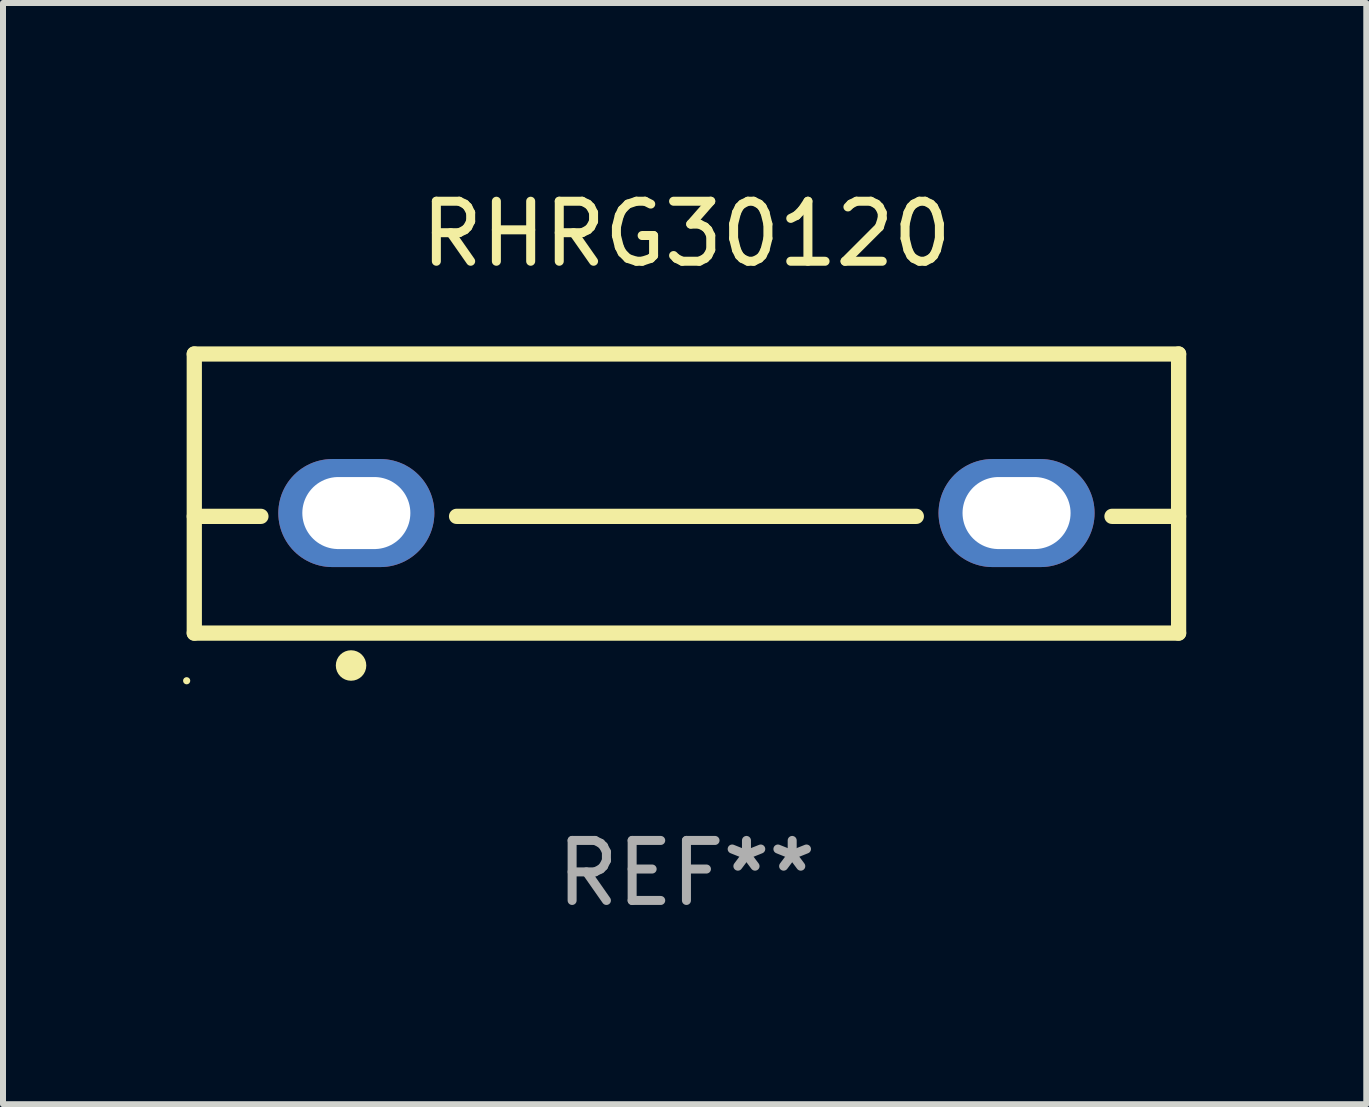
<source format=kicad_pcb>
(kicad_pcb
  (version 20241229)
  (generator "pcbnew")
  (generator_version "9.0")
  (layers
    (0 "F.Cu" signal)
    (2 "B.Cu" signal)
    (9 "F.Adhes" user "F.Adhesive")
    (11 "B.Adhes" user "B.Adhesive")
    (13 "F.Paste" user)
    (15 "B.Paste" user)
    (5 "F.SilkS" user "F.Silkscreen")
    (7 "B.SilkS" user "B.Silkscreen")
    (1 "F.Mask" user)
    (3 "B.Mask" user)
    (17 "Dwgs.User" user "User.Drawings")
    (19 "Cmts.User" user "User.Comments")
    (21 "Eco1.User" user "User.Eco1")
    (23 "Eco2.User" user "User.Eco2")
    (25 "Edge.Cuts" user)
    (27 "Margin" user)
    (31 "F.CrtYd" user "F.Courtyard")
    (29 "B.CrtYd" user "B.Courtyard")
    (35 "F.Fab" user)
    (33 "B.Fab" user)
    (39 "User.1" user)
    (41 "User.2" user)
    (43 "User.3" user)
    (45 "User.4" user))
  (footprint "RHRG30120"
    (layer "F.Cu")
    (at 8.387 5.173)
    (property "Reference" "RHRG30120" (at 0 -4.325 0) (layer "F.SilkS") (effects (font (size 1 1) (thickness 0.15))))
    (attr through_hole)
    (fp_line (start -8.2 -2.325) (end -8.2 2.325) (stroke (width 0.254) (type solid)) (layer "F.SilkS"))
    (fp_line (start -8.2 -2.325) (end 8.2 -2.325) (stroke (width 0.254) (type solid)) (layer "F.SilkS"))
    (fp_line (start -8.2 0.38) (end -7.09 0.38) (stroke (width 0.254) (type solid)) (layer "F.SilkS"))
    (fp_line (start -8.2 2.325) (end 8.2 2.325) (stroke (width 0.254) (type solid)) (layer "F.SilkS"))
    (fp_line (start -3.83 0.38) (end 3.83 0.38) (stroke (width 0.254) (type solid)) (layer "F.SilkS"))
    (fp_line (start 7.09 0.38) (end 8.2 0.38) (stroke (width 0.254) (type solid)) (layer "F.SilkS"))
    (fp_line (start 8.2 -2.325) (end 8.2 2.325) (stroke (width 0.254) (type solid)) (layer "F.SilkS"))
    (fp_circle (center -8.327 3.119) (end -8.297 3.119) (stroke (width 0.06) (type solid)) (fill no) (layer "F.SilkS"))
    (fp_circle (center -5.588 2.865) (end -5.461 2.865) (stroke (width 0.254) (type solid)) (fill no) (layer "F.SilkS"))
    (fp_text user "REF**" (at 0 6.325 0) (layer "F.Fab") (effects (font (size 1 1) (thickness 0.15))))
    (pad "1" thru_hole oval (at -5.5 0.325) (size 2.6 1.8) (drill oval 1.8 1.2) (layers "*.Cu" "*.Mask"))
    (pad "3" thru_hole oval (at 5.5 0.325) (size 2.6 1.8) (drill oval 1.8 1.2) (layers "*.Cu" "*.Mask")))
  (gr_rect
    (start -3 -3)
    (end 19.714 15.347)
    (stroke (width 0.1) (type default))
    (fill no)
    (layer "Edge.Cuts")))
</source>
